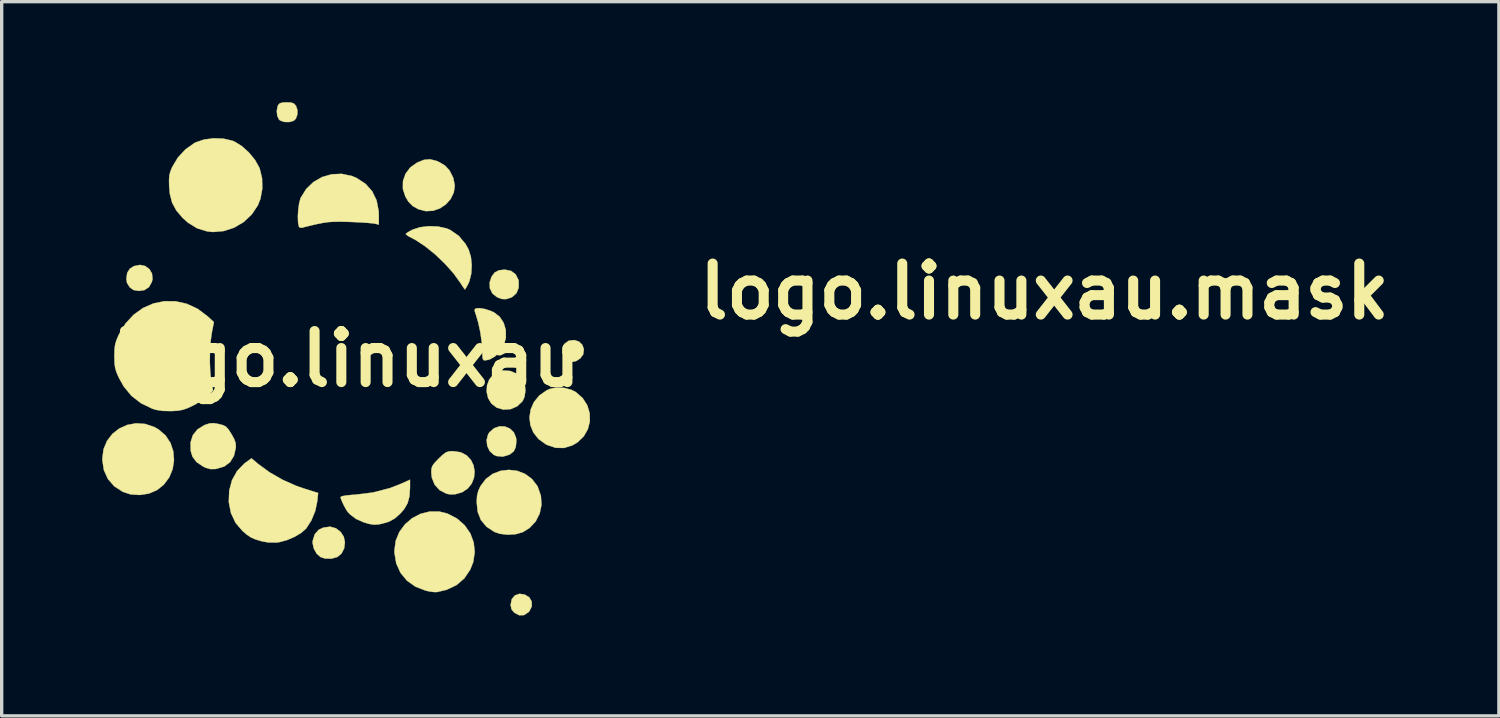
<source format=kicad_pcb>
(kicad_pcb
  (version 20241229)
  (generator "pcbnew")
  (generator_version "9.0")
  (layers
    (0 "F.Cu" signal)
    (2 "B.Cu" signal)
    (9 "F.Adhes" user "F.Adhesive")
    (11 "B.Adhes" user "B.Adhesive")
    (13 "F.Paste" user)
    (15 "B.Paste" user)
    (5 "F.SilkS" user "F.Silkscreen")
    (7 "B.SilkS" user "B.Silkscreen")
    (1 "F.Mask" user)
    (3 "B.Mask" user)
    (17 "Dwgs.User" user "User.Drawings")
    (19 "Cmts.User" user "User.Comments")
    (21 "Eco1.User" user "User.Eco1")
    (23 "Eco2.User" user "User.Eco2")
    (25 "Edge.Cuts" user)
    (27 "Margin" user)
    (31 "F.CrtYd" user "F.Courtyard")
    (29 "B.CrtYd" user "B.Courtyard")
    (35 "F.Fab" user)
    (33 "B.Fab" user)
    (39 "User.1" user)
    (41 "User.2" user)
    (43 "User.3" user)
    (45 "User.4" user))
  (footprint "logo.linuxau"
    (layer "F.Cu")
    (at 7.285 7.667)
    (property "Reference" "logo.linuxau" (at 0 0 0) (layer "F.SilkS") (effects (font (size 1.524 1.524) (thickness 0.3))))
    (attr through_hole)
    (fp_poly (pts (xy 5.334 7.034) (xy 5.467 7.117) (xy 5.537 7.242) (xy 5.54 7.384) (xy 5.472 7.525) (xy 5.442 7.558) (xy 5.307 7.646) (xy 5.163 7.649) (xy 5.022 7.575) (xy 4.94 7.482) (xy 4.911 7.361) (xy 4.911 7.327) (xy 4.945 7.166) (xy 5.038 7.057) (xy 5.175 7.01) (xy 5.334 7.034)) (stroke (width 0.01) (type solid)) (fill yes) (layer "F.SilkS"))
    (fp_poly (pts (xy -6.001 -2.775) (xy -5.876 -2.684) (xy -5.798 -2.551) (xy -5.782 -2.388) (xy -5.802 -2.301) (xy -5.889 -2.145) (xy -6.027 -2.056) (xy -6.192 -2.032) (xy -6.349 -2.06) (xy -6.458 -2.136) (xy -6.544 -2.272) (xy -6.562 -2.393) (xy -6.537 -2.573) (xy -6.457 -2.698) (xy -6.332 -2.774) (xy -6.158 -2.809) (xy -6.001 -2.775)) (stroke (width 0.01) (type solid)) (fill yes) (layer "F.SilkS"))
    (fp_poly (pts (xy 6.948 -0.52) (xy 7.048 -0.424) (xy 7.096 -0.293) (xy 7.076 -0.142) (xy 7.072 -0.132) (xy 6.989 -0.019) (xy 6.865 0.062) (xy 6.761 0.084) (xy 6.687 0.065) (xy 6.607 0.031) (xy 6.502 -0.064) (xy 6.454 -0.193) (xy 6.462 -0.333) (xy 6.525 -0.457) (xy 6.639 -0.541) (xy 6.65 -0.545) (xy 6.81 -0.565) (xy 6.948 -0.52)) (stroke (width 0.01) (type solid)) (fill yes) (layer "F.SilkS"))
    (fp_poly (pts (xy -0.305 5.055) (xy -0.164 5.164) (xy -0.071 5.309) (xy -0.038 5.481) (xy -0.062 5.656) (xy -0.14 5.808) (xy -0.26 5.909) (xy -0.44 5.961) (xy -0.634 5.956) (xy -0.762 5.915) (xy -0.879 5.815) (xy -0.964 5.665) (xy -1.002 5.499) (xy -0.999 5.425) (xy -0.938 5.231) (xy -0.821 5.099) (xy -0.681 5.034) (xy -0.48 5.006) (xy -0.305 5.055)) (stroke (width 0.01) (type solid)) (fill yes) (layer "F.SilkS"))
    (fp_poly (pts (xy 4.921 -2.63) (xy 5.059 -2.527) (xy 5.14 -2.366) (xy 5.15 -2.318) (xy 5.148 -2.123) (xy 5.081 -1.962) (xy 4.957 -1.851) (xy 4.926 -1.836) (xy 4.772 -1.787) (xy 4.642 -1.791) (xy 4.504 -1.845) (xy 4.365 -1.956) (xy 4.29 -2.11) (xy 4.284 -2.289) (xy 4.34 -2.456) (xy 4.432 -2.581) (xy 4.56 -2.648) (xy 4.736 -2.667) (xy 4.921 -2.63)) (stroke (width 0.01) (type solid)) (fill yes) (layer "F.SilkS"))
    (fp_poly (pts (xy -1.643 -7.655) (xy -1.561 -7.626) (xy -1.503 -7.563) (xy -1.499 -7.557) (xy -1.456 -7.434) (xy -1.459 -7.295) (xy -1.503 -7.174) (xy -1.565 -7.113) (xy -1.697 -7.074) (xy -1.843 -7.076) (xy -1.966 -7.117) (xy -2.004 -7.147) (xy -2.058 -7.259) (xy -2.072 -7.406) (xy -2.045 -7.548) (xy -2.031 -7.58) (xy -1.982 -7.633) (xy -1.892 -7.657) (xy -1.777 -7.662) (xy -1.643 -7.655)) (stroke (width 0.01) (type solid)) (fill yes) (layer "F.SilkS"))
    (fp_poly (pts (xy 4.741 2.016) (xy 4.89 2.079) (xy 5.006 2.192) (xy 5.071 2.351) (xy 5.08 2.443) (xy 5.063 2.627) (xy 5.004 2.754) (xy 4.892 2.845) (xy 4.869 2.857) (xy 4.679 2.914) (xy 4.49 2.897) (xy 4.407 2.862) (xy 4.283 2.749) (xy 4.21 2.591) (xy 4.193 2.416) (xy 4.237 2.25) (xy 4.276 2.189) (xy 4.417 2.066) (xy 4.578 2.01) (xy 4.741 2.016)) (stroke (width 0.01) (type solid)) (fill yes) (layer "F.SilkS"))
    (fp_poly (pts (xy 4.895 0.358) (xy 5.09 0.437) (xy 5.248 0.578) (xy 5.276 0.617) (xy 5.335 0.768) (xy 5.35 0.953) (xy 5.323 1.134) (xy 5.265 1.26) (xy 5.104 1.413) (xy 4.907 1.498) (xy 4.693 1.511) (xy 4.492 1.452) (xy 4.337 1.333) (xy 4.237 1.169) (xy 4.193 0.981) (xy 4.205 0.787) (xy 4.273 0.607) (xy 4.398 0.46) (xy 4.483 0.404) (xy 4.685 0.344) (xy 4.895 0.358)) (stroke (width 0.01) (type solid)) (fill yes) (layer "F.SilkS"))
    (fp_poly (pts (xy 2.694 -5.914) (xy 2.774 -5.879) (xy 2.951 -5.773) (xy 3.08 -5.635) (xy 3.181 -5.441) (xy 3.199 -5.395) (xy 3.242 -5.178) (xy 3.212 -4.97) (xy 3.12 -4.779) (xy 2.979 -4.618) (xy 2.8 -4.497) (xy 2.595 -4.425) (xy 2.376 -4.414) (xy 2.16 -4.47) (xy 1.986 -4.566) (xy 1.859 -4.694) (xy 1.767 -4.847) (xy 1.692 -5.078) (xy 1.695 -5.31) (xy 1.771 -5.529) (xy 1.913 -5.718) (xy 2.117 -5.863) (xy 2.322 -5.945) (xy 2.504 -5.962) (xy 2.694 -5.914)) (stroke (width 0.01) (type solid)) (fill yes) (layer "F.SilkS"))
    (fp_poly (pts (xy 6.506 0.862) (xy 6.724 0.921) (xy 6.855 0.988) (xy 7.06 1.168) (xy 7.197 1.382) (xy 7.268 1.618) (xy 7.274 1.86) (xy 7.215 2.095) (xy 7.093 2.308) (xy 6.908 2.487) (xy 6.753 2.578) (xy 6.503 2.656) (xy 6.255 2.652) (xy 5.999 2.566) (xy 5.964 2.549) (xy 5.744 2.392) (xy 5.589 2.197) (xy 5.499 1.975) (xy 5.472 1.741) (xy 5.508 1.506) (xy 5.605 1.286) (xy 5.763 1.092) (xy 5.981 0.938) (xy 6.086 0.891) (xy 6.281 0.851) (xy 6.506 0.862)) (stroke (width 0.01) (type solid)) (fill yes) (layer "F.SilkS"))
    (fp_poly (pts (xy -6.002 1.939) (xy -5.731 2.029) (xy -5.6 2.103) (xy -5.391 2.284) (xy -5.245 2.508) (xy -5.162 2.759) (xy -5.141 3.024) (xy -5.181 3.287) (xy -5.283 3.535) (xy -5.446 3.753) (xy -5.643 3.911) (xy -5.888 4.017) (xy -6.162 4.06) (xy -6.438 4.041) (xy -6.668 3.966) (xy -6.925 3.799) (xy -7.114 3.582) (xy -7.233 3.319) (xy -7.28 3.014) (xy -7.28 2.979) (xy -7.244 2.693) (xy -7.139 2.443) (xy -6.979 2.235) (xy -6.773 2.075) (xy -6.534 1.968) (xy -6.273 1.92) (xy -6.002 1.939)) (stroke (width 0.01) (type solid)) (fill yes) (layer "F.SilkS"))
    (fp_poly (pts (xy 4.131 -1.494) (xy 4.297 -1.443) (xy 4.407 -1.395) (xy 4.581 -1.262) (xy 4.701 -1.08) (xy 4.764 -0.866) (xy 4.767 -0.638) (xy 4.709 -0.413) (xy 4.585 -0.21) (xy 4.584 -0.209) (xy 4.442 -0.077) (xy 4.285 0.013) (xy 4.151 0.042) (xy 4.104 0.034) (xy 4.077 -0.003) (xy 4.066 -0.088) (xy 4.064 -0.229) (xy 4.048 -0.492) (xy 4.006 -0.789) (xy 3.944 -1.081) (xy 3.878 -1.304) (xy 3.841 -1.417) (xy 3.836 -1.477) (xy 3.865 -1.505) (xy 3.875 -1.509) (xy 3.98 -1.518) (xy 4.131 -1.494)) (stroke (width 0.01) (type solid)) (fill yes) (layer "F.SilkS"))
    (fp_poly (pts (xy 5.104 3.339) (xy 5.338 3.429) (xy 5.542 3.578) (xy 5.702 3.785) (xy 5.719 3.817) (xy 5.812 4.084) (xy 5.83 4.355) (xy 5.776 4.614) (xy 5.657 4.849) (xy 5.475 5.043) (xy 5.271 5.17) (xy 5.062 5.23) (xy 4.823 5.246) (xy 4.589 5.218) (xy 4.426 5.163) (xy 4.188 5.006) (xy 4.022 4.808) (xy 3.926 4.564) (xy 3.896 4.273) (xy 3.907 4.083) (xy 3.946 3.93) (xy 4.012 3.79) (xy 4.171 3.58) (xy 4.375 3.429) (xy 4.608 3.339) (xy 4.856 3.31) (xy 5.104 3.339)) (stroke (width 0.01) (type solid)) (fill yes) (layer "F.SilkS"))
    (fp_poly (pts (xy 3.419 2.785) (xy 3.594 2.876) (xy 3.722 3.011) (xy 3.802 3.176) (xy 3.834 3.358) (xy 3.816 3.543) (xy 3.748 3.717) (xy 3.629 3.867) (xy 3.46 3.979) (xy 3.26 4.037) (xy 3.125 4.043) (xy 3.006 4.026) (xy 3.004 4.025) (xy 2.793 3.919) (xy 2.642 3.755) (xy 2.557 3.543) (xy 2.54 3.376) (xy 2.546 3.274) (xy 2.574 3.192) (xy 2.636 3.105) (xy 2.747 2.989) (xy 2.764 2.972) (xy 2.884 2.858) (xy 2.972 2.792) (xy 3.054 2.761) (xy 3.155 2.752) (xy 3.197 2.752) (xy 3.419 2.785)) (stroke (width 0.01) (type solid)) (fill yes) (layer "F.SilkS"))
    (fp_poly (pts (xy 1.905 3.844) (xy 1.888 4.101) (xy 1.833 4.305) (xy 1.73 4.483) (xy 1.616 4.613) (xy 1.454 4.758) (xy 1.291 4.85) (xy 1.188 4.885) (xy 0.992 4.934) (xy 0.835 4.947) (xy 0.676 4.922) (xy 0.518 4.873) (xy 0.293 4.774) (xy 0.117 4.641) (xy 0.051 4.572) (xy -0.004 4.491) (xy -0.068 4.374) (xy -0.126 4.25) (xy -0.163 4.152) (xy -0.168 4.123) (xy -0.128 4.098) (xy -0.009 4.075) (xy 0.181 4.057) (xy 0.265 4.052) (xy 0.799 3.986) (xy 1.31 3.853) (xy 1.635 3.726) (xy 1.905 3.604) (xy 1.905 3.844)) (stroke (width 0.01) (type solid)) (fill yes) (layer "F.SilkS"))
    (fp_poly (pts (xy 2.777 4.554) (xy 3.022 4.615) (xy 3.308 4.763) (xy 3.537 4.964) (xy 3.705 5.205) (xy 3.806 5.475) (xy 3.837 5.764) (xy 3.793 6.06) (xy 3.703 6.288) (xy 3.525 6.551) (xy 3.29 6.752) (xy 2.997 6.89) (xy 2.709 6.958) (xy 2.609 6.957) (xy 2.466 6.936) (xy 2.374 6.915) (xy 2.066 6.796) (xy 1.813 6.616) (xy 1.621 6.383) (xy 1.495 6.104) (xy 1.441 5.786) (xy 1.44 5.718) (xy 1.479 5.426) (xy 1.588 5.162) (xy 1.756 4.935) (xy 1.971 4.752) (xy 2.22 4.622) (xy 2.493 4.554) (xy 2.777 4.554)) (stroke (width 0.01) (type solid)) (fill yes) (layer "F.SilkS"))
    (fp_poly (pts (xy -3.821 1.938) (xy -3.798 1.943) (xy -3.674 1.976) (xy -3.59 2.021) (xy -3.518 2.098) (xy -3.433 2.228) (xy -3.429 2.235) (xy -3.343 2.39) (xy -3.301 2.51) (xy -3.294 2.625) (xy -3.295 2.646) (xy -3.351 2.892) (xy -3.468 3.081) (xy -3.646 3.212) (xy -3.883 3.281) (xy -3.9 3.284) (xy -4.053 3.287) (xy -4.196 3.246) (xy -4.273 3.209) (xy -4.468 3.077) (xy -4.589 2.916) (xy -4.642 2.742) (xy -4.646 2.49) (xy -4.577 2.273) (xy -4.436 2.098) (xy -4.229 1.973) (xy -4.209 1.965) (xy -4.077 1.923) (xy -3.963 1.915) (xy -3.821 1.938)) (stroke (width 0.01) (type solid)) (fill yes) (layer "F.SilkS"))
    (fp_poly (pts (xy 2.742 -3.954) (xy 2.991 -3.9) (xy 3.105 -3.853) (xy 3.36 -3.676) (xy 3.563 -3.434) (xy 3.657 -3.262) (xy 3.723 -3.046) (xy 3.748 -2.795) (xy 3.732 -2.542) (xy 3.677 -2.32) (xy 3.648 -2.254) (xy 3.592 -2.149) (xy 3.553 -2.085) (xy 3.545 -2.074) (xy 3.519 -2.107) (xy 3.462 -2.191) (xy 3.412 -2.269) (xy 3.205 -2.555) (xy 2.948 -2.844) (xy 2.662 -3.118) (xy 2.364 -3.359) (xy 2.076 -3.55) (xy 1.959 -3.612) (xy 1.853 -3.669) (xy 1.788 -3.716) (xy 1.778 -3.73) (xy 1.813 -3.764) (xy 1.902 -3.819) (xy 1.979 -3.859) (xy 2.204 -3.933) (xy 2.469 -3.965) (xy 2.742 -3.954)) (stroke (width 0.01) (type solid)) (fill yes) (layer "F.SilkS"))
    (fp_poly (pts (xy -2.631 3.132) (xy -2.291 3.381) (xy -1.899 3.606) (xy -1.485 3.79) (xy -1.286 3.859) (xy -0.838 4) (xy -0.864 4.251) (xy -0.924 4.536) (xy -1.038 4.816) (xy -1.191 5.054) (xy -1.202 5.068) (xy -1.344 5.192) (xy -1.541 5.309) (xy -1.765 5.405) (xy -1.988 5.466) (xy -2.074 5.479) (xy -2.333 5.476) (xy -2.532 5.439) (xy -2.715 5.383) (xy -2.849 5.323) (xy -2.971 5.24) (xy -3.097 5.132) (xy -3.302 4.892) (xy -3.439 4.604) (xy -3.503 4.278) (xy -3.504 4.266) (xy -3.492 3.927) (xy -3.408 3.616) (xy -3.257 3.345) (xy -3.043 3.124) (xy -3.003 3.093) (xy -2.827 2.966) (xy -2.631 3.132)) (stroke (width 0.01) (type solid)) (fill yes) (layer "F.SilkS"))
    (fp_poly (pts (xy -3.668 -6.578) (xy -3.405 -6.518) (xy -3.331 -6.489) (xy -3.114 -6.354) (xy -2.902 -6.162) (xy -2.72 -5.94) (xy -2.593 -5.712) (xy -2.582 -5.685) (xy -2.512 -5.396) (xy -2.505 -5.086) (xy -2.559 -4.786) (xy -2.636 -4.589) (xy -2.821 -4.313) (xy -3.062 -4.088) (xy -3.344 -3.921) (xy -3.653 -3.82) (xy -3.974 -3.791) (xy -4.152 -3.81) (xy -4.447 -3.9) (xy -4.72 -4.067) (xy -4.88 -4.21) (xy -5.071 -4.433) (xy -5.196 -4.665) (xy -5.264 -4.929) (xy -5.285 -5.152) (xy -5.289 -5.341) (xy -5.279 -5.479) (xy -5.248 -5.599) (xy -5.194 -5.731) (xy -5.024 -6.014) (xy -4.797 -6.259) (xy -4.535 -6.444) (xy -4.493 -6.466) (xy -4.243 -6.551) (xy -3.957 -6.589) (xy -3.668 -6.578)) (stroke (width 0.01) (type solid)) (fill yes) (layer "F.SilkS"))
    (fp_poly (pts (xy 0.166 -5.464) (xy 0.306 -5.406) (xy 0.575 -5.231) (xy 0.775 -5.008) (xy 0.907 -4.736) (xy 0.969 -4.416) (xy 0.974 -4.284) (xy 0.974 -4.012) (xy 0.857 -4.04) (xy 0.774 -4.052) (xy 0.624 -4.065) (xy 0.428 -4.078) (xy 0.204 -4.089) (xy 0.127 -4.092) (xy -0.141 -4.099) (xy -0.35 -4.098) (xy -0.522 -4.088) (xy -0.683 -4.066) (xy -0.857 -4.031) (xy -0.868 -4.029) (xy -1.044 -3.988) (xy -1.194 -3.952) (xy -1.294 -3.925) (xy -1.317 -3.917) (xy -1.389 -3.924) (xy -1.413 -3.959) (xy -1.437 -4.083) (xy -1.442 -4.258) (xy -1.431 -4.455) (xy -1.405 -4.642) (xy -1.367 -4.788) (xy -1.358 -4.811) (xy -1.194 -5.075) (xy -0.977 -5.284) (xy -0.718 -5.432) (xy -0.433 -5.514) (xy -0.134 -5.527) (xy 0.166 -5.464)) (stroke (width 0.01) (type solid)) (fill yes) (layer "F.SilkS"))
    (fp_poly (pts (xy -5.09 -1.722) (xy -4.756 -1.647) (xy -4.433 -1.497) (xy -4.137 -1.274) (xy -3.95 -1.102) (xy -4.01 -0.794) (xy -4.046 -0.539) (xy -4.067 -0.236) (xy -4.071 0.083) (xy -4.059 0.386) (xy -4.03 0.641) (xy -4.024 0.672) (xy -3.974 0.943) (xy -4.114 1.088) (xy -4.221 1.178) (xy -4.376 1.281) (xy -4.546 1.377) (xy -4.57 1.389) (xy -4.748 1.472) (xy -4.892 1.52) (xy -5.041 1.545) (xy -5.226 1.555) (xy -5.475 1.55) (xy -5.673 1.519) (xy -5.782 1.486) (xy -6.126 1.321) (xy -6.412 1.099) (xy -6.645 0.814) (xy -6.788 0.556) (xy -6.857 0.399) (xy -6.897 0.267) (xy -6.915 0.125) (xy -6.921 -0.064) (xy -6.921 -0.085) (xy -6.916 -0.279) (xy -6.899 -0.425) (xy -6.861 -0.556) (xy -6.796 -0.709) (xy -6.787 -0.727) (xy -6.591 -1.055) (xy -6.346 -1.321) (xy -6.064 -1.523) (xy -5.754 -1.658) (xy -5.426 -1.725) (xy -5.09 -1.722)) (stroke (width 0.01) (type solid)) (fill yes) (layer "F.SilkS")))
  (footprint "logo.linuxau.mask"
    (layer "F.Cu")
    (at 28.131 5.652)
    (property "Reference" "logo.linuxau.mask" (at 0 0 0) (layer "F.SilkS") (effects (font (size 1.524 1.524) (thickness 0.3))))
    (attr through_hole)
    (fp_poly (pts (xy 2.309 -5.069) (xy 2.378 -5.039) (xy 2.529 -4.949) (xy 2.64 -4.83) (xy 2.727 -4.664) (xy 2.742 -4.625) (xy 2.779 -4.439) (xy 2.753 -4.26) (xy 2.675 -4.097) (xy 2.554 -3.959) (xy 2.4 -3.854) (xy 2.225 -3.793) (xy 2.036 -3.783) (xy 1.852 -3.831) (xy 1.703 -3.914) (xy 1.594 -4.023) (xy 1.514 -4.155) (xy 1.45 -4.352) (xy 1.453 -4.551) (xy 1.518 -4.739) (xy 1.64 -4.901) (xy 1.815 -5.026) (xy 1.99 -5.096) (xy 2.146 -5.11) (xy 2.309 -5.069)) (stroke (width 0.01) (type solid)) (fill yes) (layer "F.Mask"))
    (fp_poly (pts (xy 5.576 0.739) (xy 5.763 0.789) (xy 5.876 0.847) (xy 6.051 1.001) (xy 6.169 1.185) (xy 6.23 1.387) (xy 6.235 1.594) (xy 6.185 1.796) (xy 6.08 1.979) (xy 5.921 2.131) (xy 5.788 2.209) (xy 5.574 2.277) (xy 5.361 2.273) (xy 5.142 2.2) (xy 5.112 2.185) (xy 4.923 2.051) (xy 4.79 1.883) (xy 4.713 1.693) (xy 4.69 1.492) (xy 4.721 1.291) (xy 4.804 1.102) (xy 4.94 0.936) (xy 5.127 0.804) (xy 5.216 0.763) (xy 5.384 0.729) (xy 5.576 0.739)) (stroke (width 0.01) (type solid)) (fill yes) (layer "F.Mask"))
    (fp_poly (pts (xy 2.381 3.903) (xy 2.59 3.956) (xy 2.835 4.083) (xy 3.032 4.254) (xy 3.175 4.461) (xy 3.263 4.693) (xy 3.289 4.941) (xy 3.251 5.194) (xy 3.174 5.39) (xy 3.021 5.615) (xy 2.82 5.787) (xy 2.569 5.906) (xy 2.322 5.964) (xy 2.236 5.963) (xy 2.114 5.945) (xy 2.035 5.927) (xy 1.771 5.825) (xy 1.554 5.671) (xy 1.389 5.471) (xy 1.281 5.232) (xy 1.235 4.96) (xy 1.234 4.901) (xy 1.268 4.651) (xy 1.362 4.424) (xy 1.505 4.23) (xy 1.689 4.073) (xy 1.903 3.962) (xy 2.137 3.903) (xy 2.381 3.903)) (stroke (width 0.01) (type solid)) (fill yes) (layer "F.Mask"))
    (fp_poly (pts (xy -3.144 -5.638) (xy -2.918 -5.587) (xy -2.855 -5.562) (xy -2.669 -5.446) (xy -2.487 -5.282) (xy -2.332 -5.091) (xy -2.222 -4.896) (xy -2.213 -4.873) (xy -2.153 -4.625) (xy -2.147 -4.36) (xy -2.193 -4.102) (xy -2.26 -3.934) (xy -2.418 -3.697) (xy -2.625 -3.504) (xy -2.866 -3.361) (xy -3.131 -3.274) (xy -3.407 -3.25) (xy -3.559 -3.265) (xy -3.812 -3.343) (xy -4.046 -3.486) (xy -4.183 -3.608) (xy -4.347 -3.8) (xy -4.453 -3.998) (xy -4.512 -4.225) (xy -4.53 -4.416) (xy -4.534 -4.578) (xy -4.525 -4.697) (xy -4.498 -4.799) (xy -4.452 -4.912) (xy -4.306 -5.155) (xy -4.112 -5.365) (xy -3.887 -5.523) (xy -3.851 -5.542) (xy -3.637 -5.615) (xy -3.392 -5.647) (xy -3.144 -5.638)) (stroke (width 0.01) (type solid)) (fill yes) (layer "F.Mask"))
    (fp_poly (pts (xy -4.363 -1.476) (xy -4.076 -1.411) (xy -3.8 -1.283) (xy -3.546 -1.092) (xy -3.386 -0.944) (xy -3.438 -0.681) (xy -3.468 -0.462) (xy -3.486 -0.202) (xy -3.489 0.071) (xy -3.479 0.331) (xy -3.454 0.55) (xy -3.45 0.576) (xy -3.406 0.808) (xy -3.526 0.932) (xy -3.618 1.009) (xy -3.751 1.098) (xy -3.896 1.18) (xy -3.917 1.191) (xy -4.069 1.261) (xy -4.193 1.303) (xy -4.321 1.324) (xy -4.479 1.333) (xy -4.692 1.329) (xy -4.863 1.302) (xy -4.956 1.273) (xy -5.251 1.133) (xy -5.496 0.942) (xy -5.695 0.698) (xy -5.818 0.476) (xy -5.877 0.342) (xy -5.911 0.229) (xy -5.928 0.107) (xy -5.932 -0.055) (xy -5.932 -0.073) (xy -5.928 -0.239) (xy -5.914 -0.364) (xy -5.881 -0.477) (xy -5.825 -0.608) (xy -5.817 -0.623) (xy -5.649 -0.904) (xy -5.44 -1.132) (xy -5.198 -1.305) (xy -4.932 -1.421) (xy -4.651 -1.479) (xy -4.363 -1.476)) (stroke (width 0.01) (type solid)) (fill yes) (layer "F.Mask")))
  (gr_rect
    (start -3 -3)
    (end 41.697 18.321)
    (stroke (width 0.1) (type default))
    (fill no)
    (layer "Edge.Cuts")))
</source>
